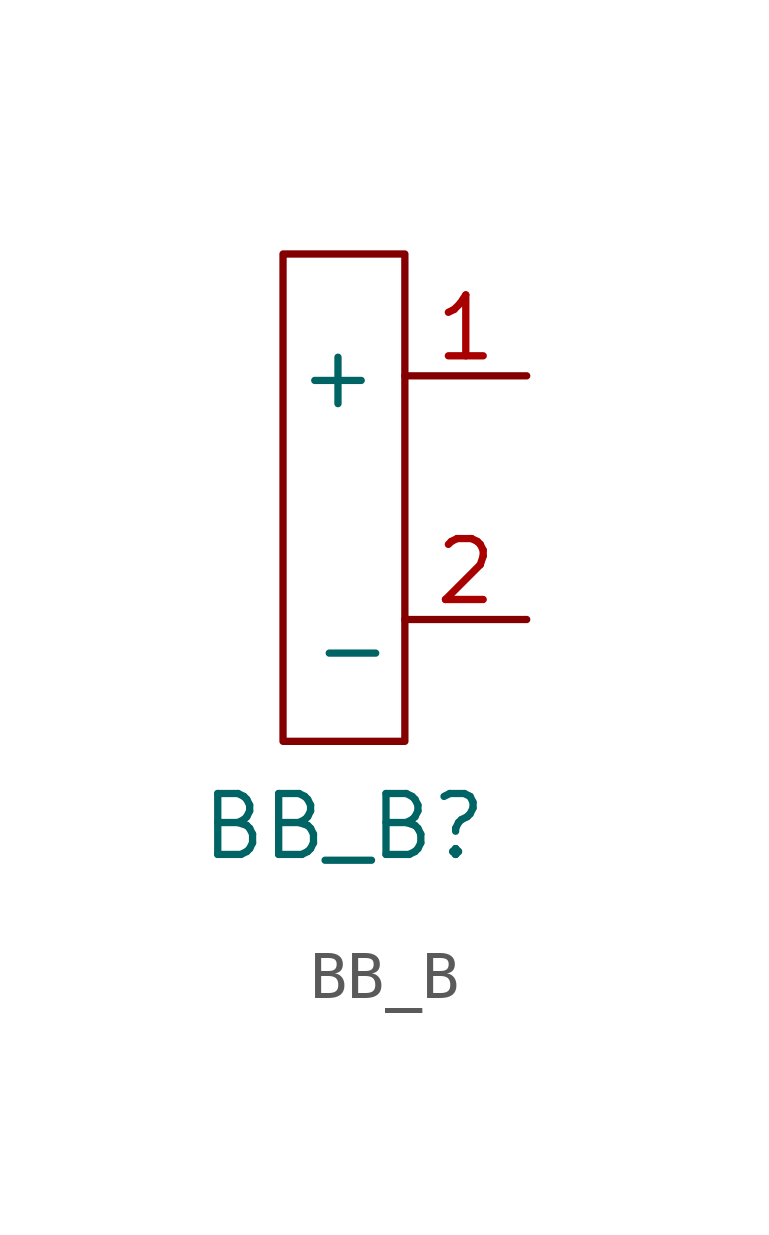
<source format=kicad_sym>
(kicad_symbol_lib
  (version 20241209)
  (generator "kicad_symbol_editor")
  (generator_version "9.0")
  (symbol "BB_B"
    (property "Reference" "BB_B"
      (at 0 -6.858 0)
      (effects (font (size 1.27 1.27))))
    (property "Value" ""
      (at 0 0 0)
      (effects (font (size 1.27 1.27))))
    (symbol "BB_B_0_1"
      (rectangle (start -1.27 5.08) (end 1.27 -5.08) (stroke (width 0) (type default)) (fill (type none))))
    (symbol "BB_B_1_1"
      (pin input line (at 3.81 2.54 180) (length 2.54) (name "+" (effects (font (size 1.27 1.27)))) (number "1" (effects (font (size 1.27 1.27)))))
      (pin input line (at 3.81 -2.54 180) (length 2.54) (name "_" (effects (font (size 1.27 1.27)))) (number "2" (effects (font (size 1.27 1.27))))))))
</source>
